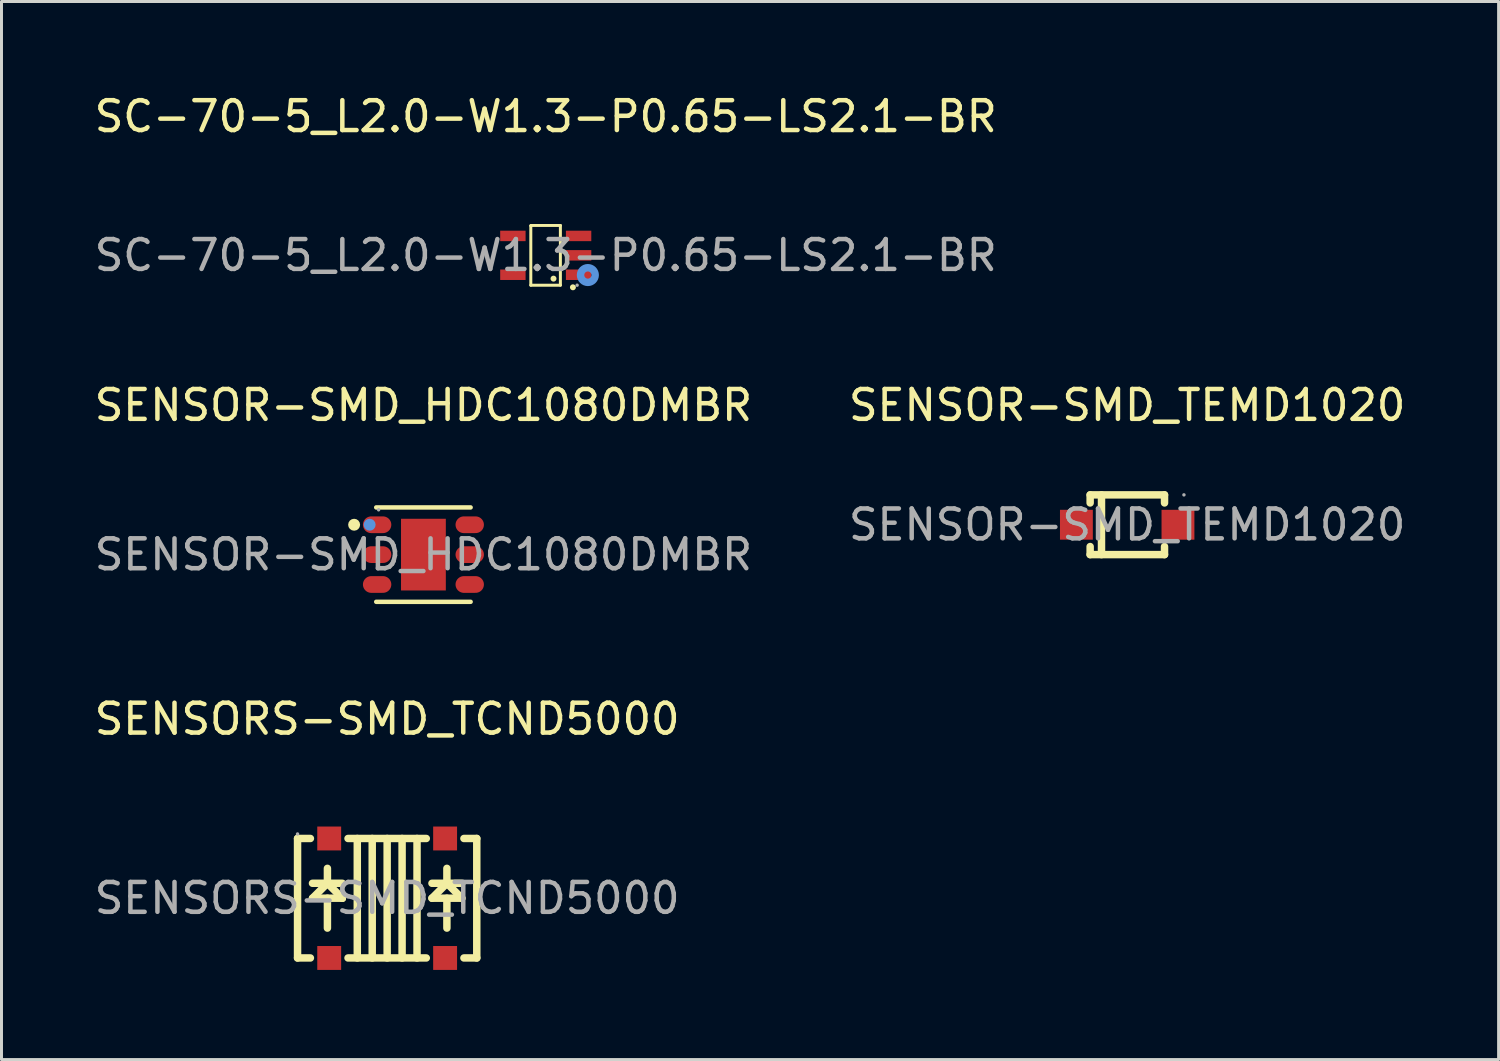
<source format=kicad_pcb>
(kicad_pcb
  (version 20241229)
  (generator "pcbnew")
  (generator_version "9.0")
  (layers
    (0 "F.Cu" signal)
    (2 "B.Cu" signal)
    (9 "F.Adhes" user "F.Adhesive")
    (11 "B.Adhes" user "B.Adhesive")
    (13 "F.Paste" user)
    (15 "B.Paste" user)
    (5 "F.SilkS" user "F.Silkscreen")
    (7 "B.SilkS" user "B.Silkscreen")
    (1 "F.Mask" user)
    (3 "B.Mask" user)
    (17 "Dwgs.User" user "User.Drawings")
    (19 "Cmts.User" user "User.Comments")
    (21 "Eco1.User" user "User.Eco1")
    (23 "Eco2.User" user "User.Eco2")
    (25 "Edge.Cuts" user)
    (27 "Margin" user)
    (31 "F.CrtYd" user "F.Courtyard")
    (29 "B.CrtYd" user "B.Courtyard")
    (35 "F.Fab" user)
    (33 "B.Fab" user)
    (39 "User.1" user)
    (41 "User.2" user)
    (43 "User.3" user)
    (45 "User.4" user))
  (footprint "SENSOR-SMD_TEMD1020"
    (layer "F.Cu")
    (at 34.685 14.517)
    (property "Reference" "SENSOR-SMD_TEMD1020" (at 0 -4 0) (layer "F.SilkS") (effects (font (size 1 1) (thickness 0.15))))
    (attr smd)
    (fp_line (start -1.24 -1) (end -1.24 -0.73) (stroke (width 0.25) (type solid)) (layer "F.SilkS"))
    (fp_line (start -1.24 0.73) (end -1.24 1) (stroke (width 0.25) (type solid)) (layer "F.SilkS"))
    (fp_line (start -1.24 1) (end 1.25 1) (stroke (width 0.25) (type solid)) (layer "F.SilkS"))
    (fp_line (start -0.86 -1) (end -0.86 1) (stroke (width 0.25) (type solid)) (layer "F.SilkS"))
    (fp_line (start 1.25 -1) (end -1.24 -1) (stroke (width 0.25) (type solid)) (layer "F.SilkS"))
    (fp_line (start 1.25 -0.73) (end 1.25 -1) (stroke (width 0.25) (type solid)) (layer "F.SilkS"))
    (fp_line (start 1.25 1) (end 1.25 0.73) (stroke (width 0.25) (type solid)) (layer "F.SilkS"))
    (fp_circle (center 1.9 -1) (end 1.93 -1) (stroke (width 0.06) (type solid)) (fill no) (layer "F.Fab"))
    (fp_text user "${REFERENCE}" (at 0 0 0) (layer "F.Fab") (effects (font (size 1 1) (thickness 0.15))))
    (pad "1" smd rect (at 1.7 0) (size 1.1 1) (layers "F.Cu" "F.Mask" "F.Paste"))
    (pad "2" smd rect (at -1.7 0) (size 1.1 1) (layers "F.Cu" "F.Mask" "F.Paste")))
  (footprint "SC-70-5_L2.0-W1.3-P0.65-LS2.1-BR"
    (layer "F.Cu")
    (at 15.22 5.498)
    (property "Reference" "SC-70-5_L2.0-W1.3-P0.65-LS2.1-BR" (at 0 -4.65 0) (layer "F.SilkS") (effects (font (size 1 1) (thickness 0.15))))
    (attr smd)
    (fp_line (start -0.5 -0.99) (end -0.5 1) (stroke (width 0.1) (type solid)) (layer "F.SilkS"))
    (fp_line (start -0.5 1) (end 0.49 1) (stroke (width 0.1) (type solid)) (layer "F.SilkS"))
    (fp_line (start -0.49 -1) (end -0.5 -0.99) (stroke (width 0.1) (type solid)) (layer "F.SilkS"))
    (fp_line (start 0.49 -1) (end -0.49 -1) (stroke (width 0.1) (type solid)) (layer "F.SilkS"))
    (fp_line (start 0.49 1) (end 0.49 -1) (stroke (width 0.1) (type solid)) (layer "F.SilkS"))
    (fp_circle (center 0.26 0.78) (end 0.31 0.78) (stroke (width 0.1) (type solid)) (fill no) (layer "F.SilkS"))
    (fp_circle (center 0.91 1.07) (end 0.96 1.07) (stroke (width 0.1) (type solid)) (fill no) (layer "F.SilkS"))
    (fp_circle (center 1.41 0.66) (end 1.53 0.66) (stroke (width 0.25) (type solid)) (fill no) (layer "Cmts.User"))
    (fp_circle (center 1.05 1) (end 1.08 1) (stroke (width 0.06) (type solid)) (fill no) (layer "F.Fab"))
    (fp_text user "${REFERENCE}" (at 0 0 0) (layer "F.Fab") (effects (font (size 1 1) (thickness 0.15))))
    (pad "1" smd rect (at 1.1 0.65 90) (size 0.35 0.85) (layers "F.Cu" "F.Mask" "F.Paste"))
    (pad "2" smd rect (at 1.1 0 90) (size 0.35 0.85) (layers "F.Cu" "F.Mask" "F.Paste"))
    (pad "3" smd rect (at 1.1 -0.65 90) (size 0.35 0.85) (layers "F.Cu" "F.Mask" "F.Paste"))
    (pad "4" smd rect (at -1.1 -0.65 90) (size 0.35 0.85) (layers "F.Cu" "F.Mask" "F.Paste"))
    (pad "5" smd rect (at -1.1 0.65 90) (size 0.35 0.85) (layers "F.Cu" "F.Mask" "F.Paste")))
  (footprint "SENSORS-SMD_TCND5000"
    (layer "F.Cu")
    (at 9.911 27.02)
    (property "Reference" "SENSORS-SMD_TCND5000" (at 0 -6 0) (layer "F.SilkS") (effects (font (size 1 1) (thickness 0.15))))
    (attr smd)
    (fp_line (start -3 -2) (end -3 2) (stroke (width 0.25) (type solid)) (layer "F.SilkS"))
    (fp_line (start -3 -2) (end -2.57 -2) (stroke (width 0.25) (type solid)) (layer "F.SilkS"))
    (fp_line (start -3 2) (end -2.57 2) (stroke (width 0.25) (type solid)) (layer "F.SilkS"))
    (fp_line (start -2.5 -0.5) (end -1.5 -0.5) (stroke (width 0.25) (type solid)) (layer "F.SilkS"))
    (fp_line (start -2.5 0) (end -1.5 0) (stroke (width 0.25) (type solid)) (layer "F.SilkS"))
    (fp_line (start -2 -1) (end -2 -0.5) (stroke (width 0.25) (type solid)) (layer "F.SilkS"))
    (fp_line (start -2 -0.5) (end -2.5 0) (stroke (width 0.25) (type solid)) (layer "F.SilkS"))
    (fp_line (start -2 0) (end -2 1) (stroke (width 0.25) (type solid)) (layer "F.SilkS"))
    (fp_line (start -1.5 0) (end -2 -0.5) (stroke (width 0.25) (type solid)) (layer "F.SilkS"))
    (fp_line (start -1.5 0) (end -1.5 0) (stroke (width 0.25) (type solid)) (layer "F.SilkS"))
    (fp_line (start -1.31 -2) (end 1.31 -2) (stroke (width 0.25) (type solid)) (layer "F.SilkS"))
    (fp_line (start -1.31 2) (end 1.31 2) (stroke (width 0.25) (type solid)) (layer "F.SilkS"))
    (fp_line (start -1 2) (end -1 -2) (stroke (width 0.25) (type solid)) (layer "F.SilkS"))
    (fp_line (start -0.5 2) (end -0.5 -2) (stroke (width 0.25) (type solid)) (layer "F.SilkS"))
    (fp_line (start 0 -2) (end 0 2) (stroke (width 0.25) (type solid)) (layer "F.SilkS"))
    (fp_line (start 0.5 -2) (end 0.5 2) (stroke (width 0.25) (type solid)) (layer "F.SilkS"))
    (fp_line (start 1 2) (end 1 -2) (stroke (width 0.25) (type solid)) (layer "F.SilkS"))
    (fp_line (start 1.5 0) (end 2 -0.5) (stroke (width 0.25) (type solid)) (layer "F.SilkS"))
    (fp_line (start 2 -0.5) (end 2 -1) (stroke (width 0.25) (type solid)) (layer "F.SilkS"))
    (fp_line (start 2 -0.5) (end 2 -0.5) (stroke (width 0.25) (type solid)) (layer "F.SilkS"))
    (fp_line (start 2 -0.5) (end 2.5 0) (stroke (width 0.25) (type solid)) (layer "F.SilkS"))
    (fp_line (start 2 0) (end 2 1) (stroke (width 0.25) (type solid)) (layer "F.SilkS"))
    (fp_line (start 2.5 -0.5) (end 1.5 -0.5) (stroke (width 0.25) (type solid)) (layer "F.SilkS"))
    (fp_line (start 2.5 0) (end 1.5 0) (stroke (width 0.25) (type solid)) (layer "F.SilkS"))
    (fp_line (start 2.57 -2) (end 3 -2) (stroke (width 0.25) (type solid)) (layer "F.SilkS"))
    (fp_line (start 2.57 2) (end 3 2) (stroke (width 0.25) (type solid)) (layer "F.SilkS"))
    (fp_line (start 3 2) (end 3 -2) (stroke (width 0.25) (type solid)) (layer "F.SilkS"))
    (fp_circle (center -3 -2.15) (end -2.97 -2.15) (stroke (width 0.06) (type solid)) (fill no) (layer "F.Fab"))
    (fp_text user "${REFERENCE}" (at 0 0 0) (layer "F.Fab") (effects (font (size 1 1) (thickness 0.15))))
    (pad "1" smd rect (at -1.94 -2) (size 0.8 0.8) (layers "F.Cu" "F.Mask" "F.Paste"))
    (pad "2" smd rect (at -1.94 2) (size 0.8 0.8) (layers "F.Cu" "F.Mask" "F.Paste"))
    (pad "3" smd rect (at 1.94 2) (size 0.8 0.8) (layers "F.Cu" "F.Mask" "F.Paste"))
    (pad "4" smd rect (at 1.94 -2) (size 0.8 0.8) (layers "F.Cu" "F.Mask" "F.Paste")))
  (footprint "SENSOR-SMD_HDC1080DMBR"
    (layer "F.Cu")
    (at 11.125 15.517)
    (property "Reference" "SENSOR-SMD_HDC1080DMBR" (at 0 -5 0) (layer "F.SilkS") (effects (font (size 1 1) (thickness 0.15))))
    (attr smd)
    (fp_line (start -1.58 -1.58) (end 1.58 -1.58) (stroke (width 0.15) (type solid)) (layer "F.SilkS"))
    (fp_line (start -1.58 1.58) (end 1.58 1.58) (stroke (width 0.15) (type solid)) (layer "F.SilkS"))
    (fp_circle (center -2.32 -1) (end -2.22 -1) (stroke (width 0.2) (type solid)) (fill no) (layer "F.SilkS"))
    (fp_circle (center -1.8 -1) (end -1.7 -1) (stroke (width 0.2) (type solid)) (fill no) (layer "Cmts.User"))
    (fp_circle (center -1.5 -1.5) (end -1.47 -1.5) (stroke (width 0.06) (type solid)) (fill no) (layer "F.Fab"))
    (fp_text user "${REFERENCE}" (at 0 0 0) (layer "F.Fab") (effects (font (size 1 1) (thickness 0.15))))
    (pad "1" smd oval (at -1.55 -1) (size 0.95 0.56) (layers "F.Cu" "F.Mask" "F.Paste"))
    (pad "2" smd oval (at -1.55 0) (size 0.95 0.56) (layers "F.Cu" "F.Mask" "F.Paste"))
    (pad "3" smd oval (at -1.55 1) (size 0.95 0.56) (layers "F.Cu" "F.Mask" "F.Paste"))
    (pad "4" smd oval (at 1.55 1) (size 0.95 0.56) (layers "F.Cu" "F.Mask" "F.Paste"))
    (pad "5" smd oval (at 1.55 0) (size 0.95 0.56) (layers "F.Cu" "F.Mask" "F.Paste"))
    (pad "6" smd oval (at 1.55 -1) (size 0.95 0.56) (layers "F.Cu" "F.Mask" "F.Paste"))
    (pad "7" smd rect (at 0 0) (size 1.5 2.4) (layers "F.Cu" "F.Mask" "F.Paste")))
  (gr_rect
    (start -3 -3)
    (end 47.119 32.42)
    (stroke (width 0.1) (type default))
    (fill no)
    (layer "Edge.Cuts")))
</source>
